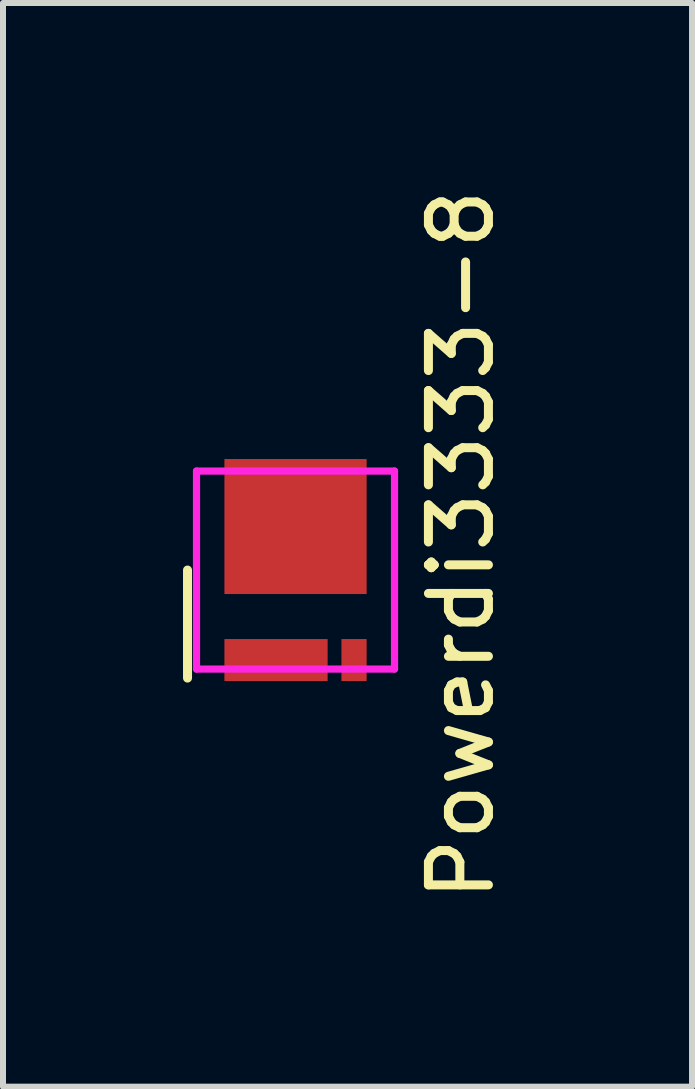
<source format=kicad_pcb>
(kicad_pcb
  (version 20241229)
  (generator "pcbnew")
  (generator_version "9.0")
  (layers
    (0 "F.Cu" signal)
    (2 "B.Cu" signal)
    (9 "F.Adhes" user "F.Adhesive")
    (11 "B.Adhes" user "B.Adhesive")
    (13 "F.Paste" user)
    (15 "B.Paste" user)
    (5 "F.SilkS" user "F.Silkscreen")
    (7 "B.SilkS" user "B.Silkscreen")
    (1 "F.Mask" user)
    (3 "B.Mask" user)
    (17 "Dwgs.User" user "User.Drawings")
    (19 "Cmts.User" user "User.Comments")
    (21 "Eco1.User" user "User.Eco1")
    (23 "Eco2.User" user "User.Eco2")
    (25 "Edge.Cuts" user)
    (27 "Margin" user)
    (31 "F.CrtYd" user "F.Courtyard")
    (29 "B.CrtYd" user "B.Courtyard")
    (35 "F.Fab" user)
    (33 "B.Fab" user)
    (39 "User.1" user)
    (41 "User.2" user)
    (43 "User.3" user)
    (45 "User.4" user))
  (footprint "Powerdi3333-8"
    (layer "F.Cu")
    (at 1.875 6.45)
    (property "Reference" "Powerdi3333-8" (at 2.76 -0.42 90) (layer "F.SilkS") (effects (font (size 1 1) (thickness 0.15))))
    (attr through_hole)
    (fp_line (start -1.8 1.8) (end -1.8 0) (stroke (width 0.15) (type solid)) (layer "F.SilkS"))
    (fp_line (start -1.65 -1.65) (end -1.65 1.65) (stroke (width 0.12) (type solid)) (layer "F.CrtYd"))
    (fp_line (start -1.65 -1.65) (end 1.65 -1.65) (stroke (width 0.12) (type solid)) (layer "F.CrtYd"))
    (fp_line (start -1.65 1.65) (end 1.65 1.65) (stroke (width 0.12) (type solid)) (layer "F.CrtYd"))
    (fp_line (start 1.65 -1.65) (end 1.65 1.65) (stroke (width 0.12) (type solid)) (layer "F.CrtYd"))
    (pad "1" smd rect (at 0.975 1.5) (size 0.42 0.7) (layers "F.Cu" "F.Mask" "F.Paste"))
    (pad "2" smd rect (at -0.325 1.5) (size 1.72 0.7) (layers "F.Cu" "F.Mask" "F.Paste"))
    (pad "3" smd rect (at 0 -0.725) (size 2.37 2.25) (layers "F.Cu" "F.Mask" "F.Paste")))
  (gr_rect
    (start -3 -3)
    (end 8.483 15.06)
    (stroke (width 0.1) (type default))
    (fill no)
    (layer "Edge.Cuts")))
</source>
